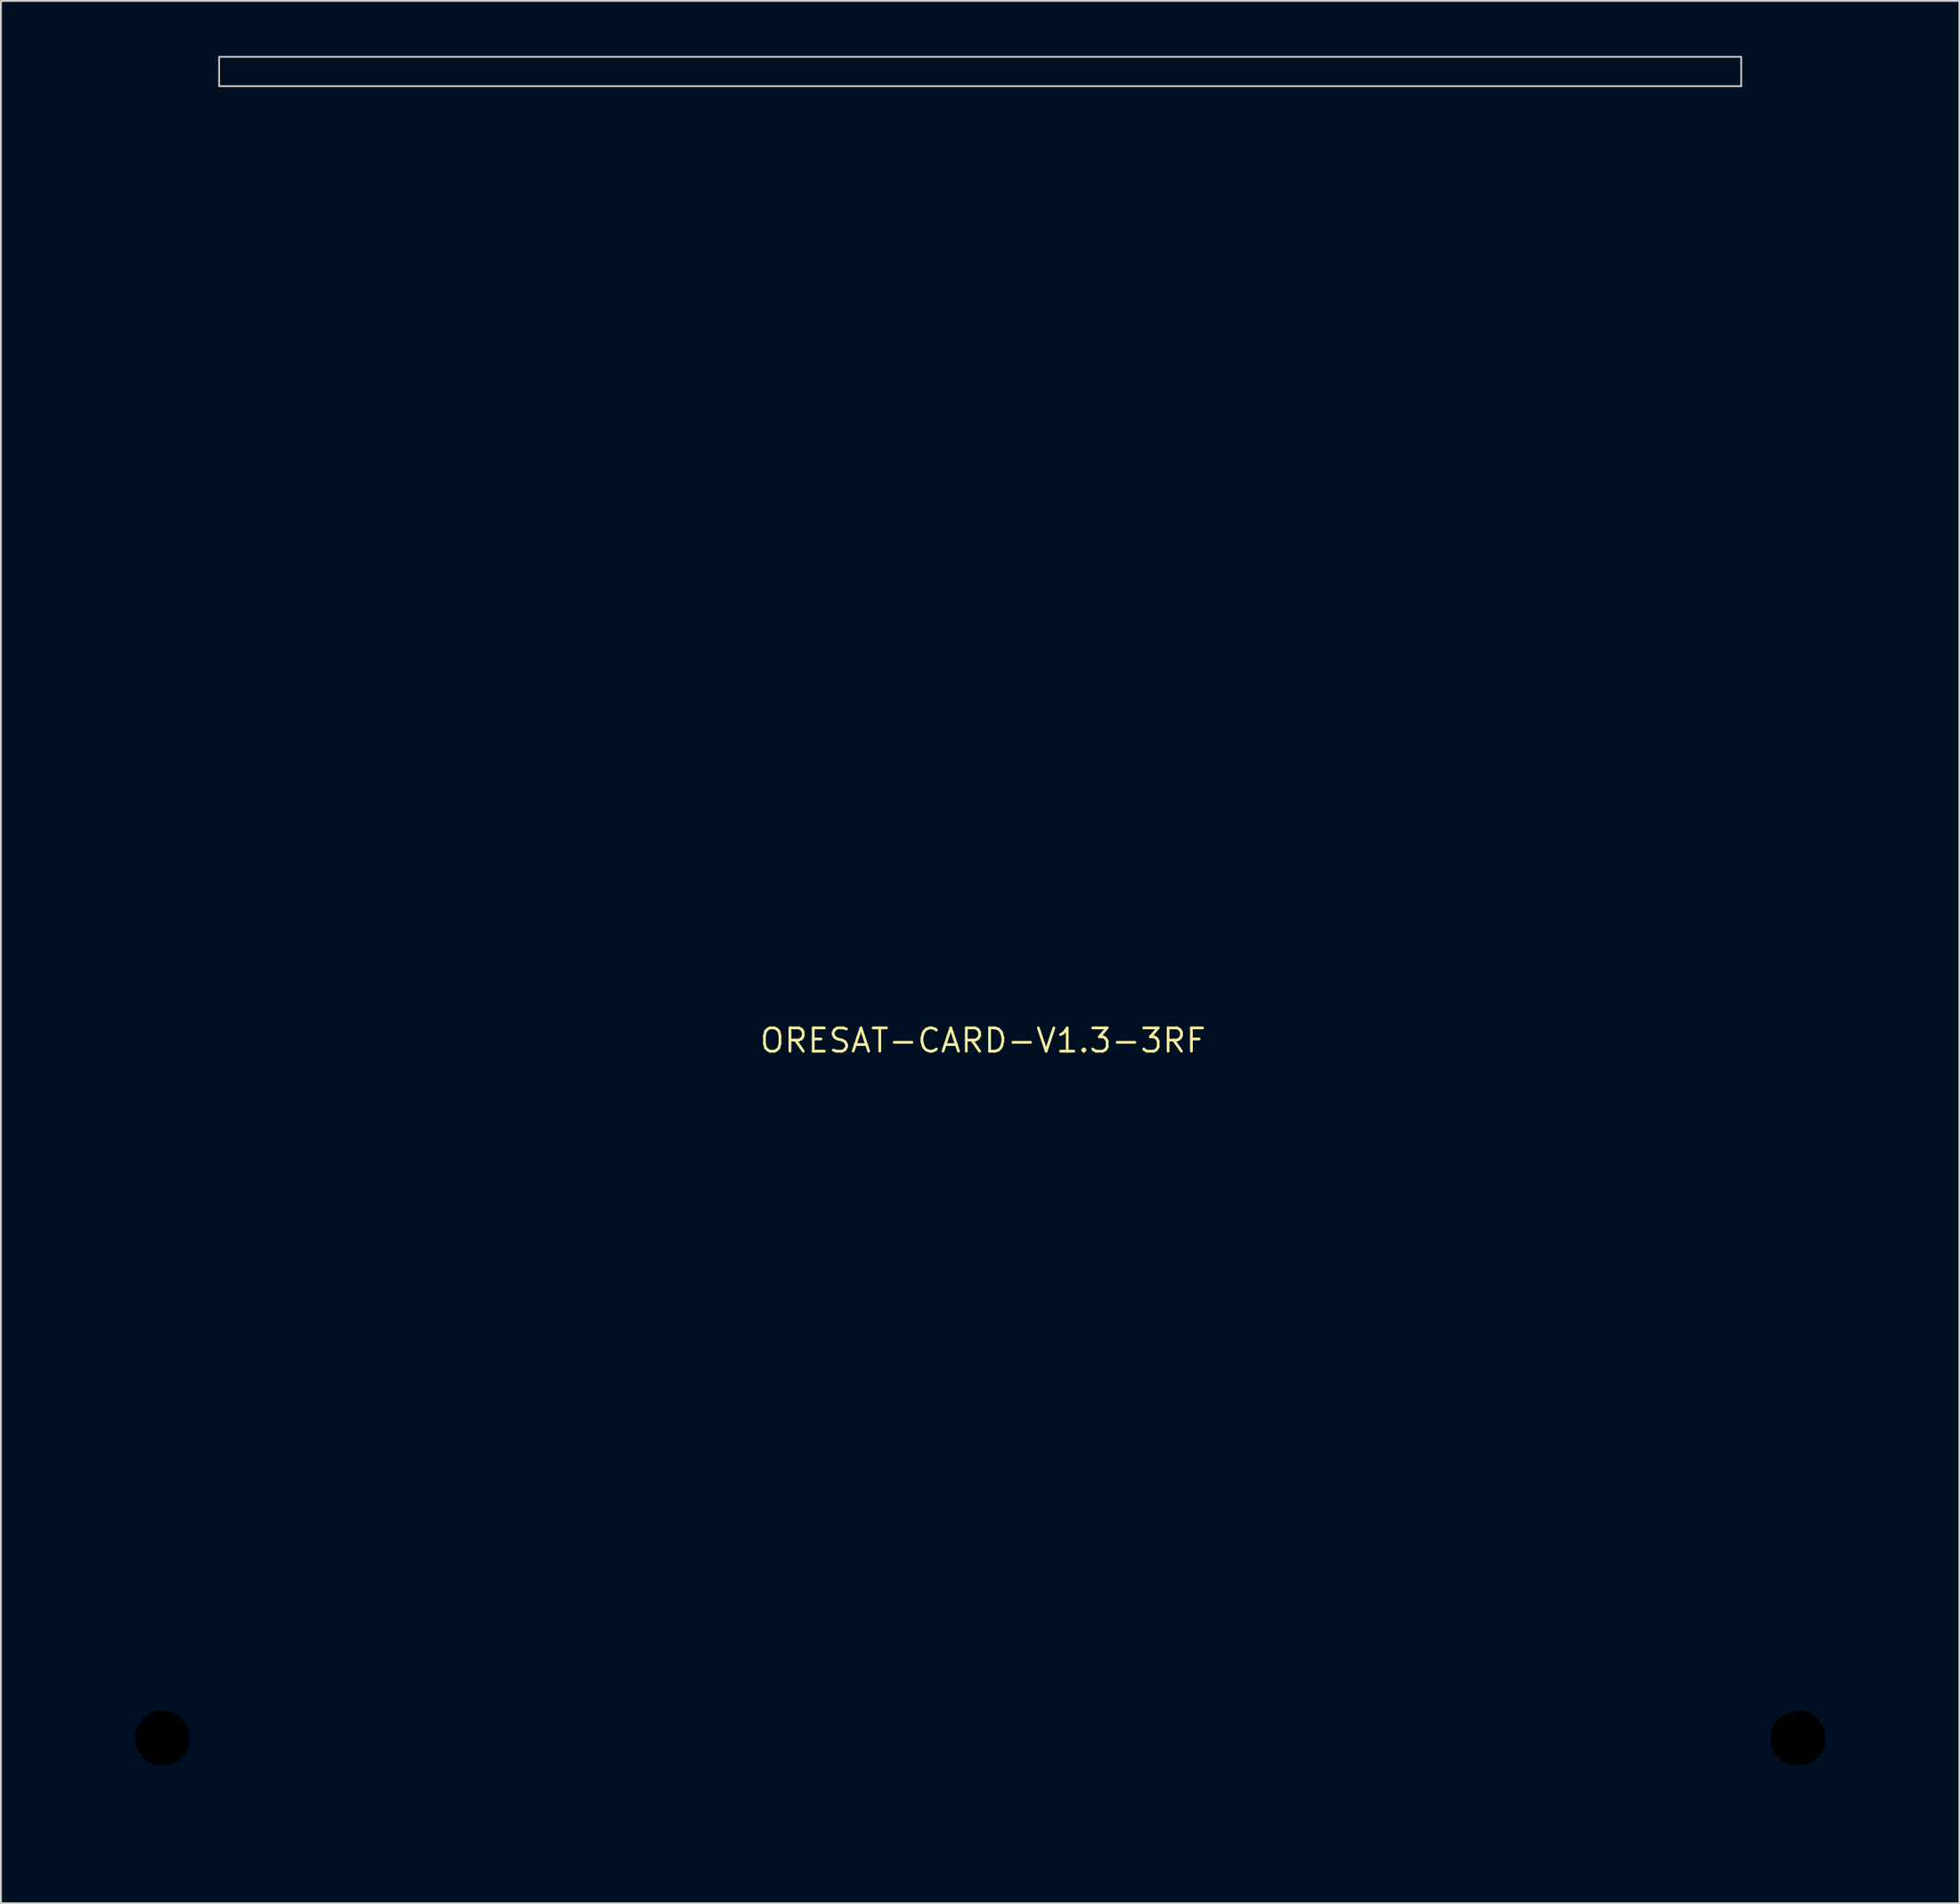
<source format=kicad_pcb>
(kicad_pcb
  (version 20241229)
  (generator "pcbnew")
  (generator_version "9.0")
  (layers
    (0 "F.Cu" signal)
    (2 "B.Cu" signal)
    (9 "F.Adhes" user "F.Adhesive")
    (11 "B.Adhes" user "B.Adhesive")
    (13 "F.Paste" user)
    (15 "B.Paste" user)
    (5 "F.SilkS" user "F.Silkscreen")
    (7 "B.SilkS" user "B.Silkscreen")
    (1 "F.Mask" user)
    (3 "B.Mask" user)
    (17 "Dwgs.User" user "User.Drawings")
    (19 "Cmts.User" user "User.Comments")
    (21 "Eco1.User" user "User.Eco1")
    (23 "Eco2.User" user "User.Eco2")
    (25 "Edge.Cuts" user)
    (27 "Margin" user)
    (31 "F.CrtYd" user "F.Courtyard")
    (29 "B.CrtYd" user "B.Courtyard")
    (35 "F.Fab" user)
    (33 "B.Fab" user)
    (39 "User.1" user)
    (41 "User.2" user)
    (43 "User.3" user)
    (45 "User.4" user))
  (footprint "ORESAT-CARD-V1.3-3RF"
    (layer "F.Cu")
    (at 50.401 47.45)
    (property "Reference" "ORESAT-CARD-V1.3-3RF" (at 0.15 6.25 0) (layer "F.SilkS") (effects (font (size 1.27 1.27) (thickness 0.15))))
    (fp_poly (pts (xy -47.15 41.25) (xy -49.403 41.25) (xy -49.542 41.232) (xy -49.675 41.177) (xy -49.789 41.089) (xy -49.879 40.973) (xy -49.95 40.707) (xy -49.95 -39.021) (xy -47.15 -41.821)) (stroke (width 0) (type solid)) (fill yes) (layer "F.Mask"))
    (fp_poly (pts (xy 49.95 -39.022) (xy 49.95 40.703) (xy 49.932 40.842) (xy 49.877 40.975) (xy 49.789 41.089) (xy 49.675 41.177) (xy 49.542 41.232) (xy 49.403 41.25) (xy 47.15 41.25) (xy 47.15 -41.614)) (stroke (width 0) (type solid)) (fill yes) (layer "F.Mask"))
    (fp_poly (pts (xy 34.45 49.303) (xy 34.432 49.442) (xy 34.377 49.575) (xy 34.289 49.689) (xy 34.175 49.777) (xy 34.042 49.832) (xy 33.903 49.85) (xy -33.903 49.85) (xy -34.042 49.832) (xy -34.175 49.777) (xy -34.289 49.689) (xy -34.379 49.573) (xy -34.45 49.307) (xy -34.45 47.15) (xy 34.45 47.15)) (stroke (width 0) (type solid)) (fill yes) (layer "F.Mask"))
    (fp_poly (pts (xy -47.15 41.25) (xy -49.403 41.25) (xy -49.542 41.232) (xy -49.675 41.177) (xy -49.789 41.089) (xy -49.879 40.973) (xy -49.95 40.707) (xy -49.95 -39.021) (xy -47.15 -41.821)) (stroke (width 0) (type solid)) (fill yes) (layer "B.Mask"))
    (fp_poly (pts (xy 49.95 -39.022) (xy 49.95 40.703) (xy 49.932 40.842) (xy 49.877 40.975) (xy 49.789 41.089) (xy 49.675 41.177) (xy 49.542 41.232) (xy 49.403 41.25) (xy 47.15 41.25) (xy 47.15 -41.614)) (stroke (width 0) (type solid)) (fill yes) (layer "B.Mask"))
    (fp_poly (pts (xy 34.45 49.303) (xy 34.432 49.442) (xy 34.377 49.575) (xy 34.289 49.689) (xy 34.175 49.777) (xy 34.042 49.832) (xy 33.903 49.85) (xy -33.903 49.85) (xy -34.042 49.832) (xy -34.175 49.777) (xy -34.289 49.689) (xy -34.379 49.573) (xy -34.45 49.307) (xy -34.45 47.15) (xy 34.45 47.15)) (stroke (width 0) (type solid)) (fill yes) (layer "B.Mask"))
    (fp_line (start -49.9 -39) (end -49.9 40.7) (stroke (width 0.001) (type solid)) (layer "Dwgs.User"))
    (fp_line (start -49.4 41.2) (end -47.65 41.2) (stroke (width 0.001) (type solid)) (layer "Dwgs.User"))
    (fp_line (start -47.4 -41.5) (end -47.4 41.2) (stroke (width 0.001) (type solid)) (layer "Dwgs.User"))
    (fp_line (start -47.15 41.7) (end -47.15 46.4) (stroke (width 0.001) (type solid)) (layer "Dwgs.User"))
    (fp_line (start -46.65 46.9) (end -45.3 46.9) (stroke (width 0.001) (type solid)) (layer "Dwgs.User"))
    (fp_line (start -45.3 -43.6) (end -49.9 -39) (stroke (width 0.001) (type solid)) (layer "Dwgs.User"))
    (fp_line (start -45.3 46.9) (end -45.3 -43.6) (stroke (width 0.001) (type solid)) (layer "Dwgs.User"))
    (fp_line (start -45.3 46.9) (end -34.9 46.9) (stroke (width 0.001) (type solid)) (layer "Dwgs.User"))
    (fp_line (start -44.1 -44.8) (end -45.3 -43.6) (stroke (width 0.001) (type solid)) (layer "Dwgs.User"))
    (fp_line (start -41.5 -45.8) (end -41.5 -47.4) (stroke (width 0.001) (type solid)) (layer "Dwgs.User"))
    (fp_line (start -41.5 46.9) (end -41.5 -44.8) (stroke (width 0.001) (type solid)) (layer "Dwgs.User"))
    (fp_line (start -41.232 -44.8) (end -44.1 -44.8) (stroke (width 0.001) (type solid)) (layer "Dwgs.User"))
    (fp_line (start -40.027 -38.1) (end 6.521 -38.1) (stroke (width 0.001) (type solid)) (layer "Dwgs.User"))
    (fp_line (start -34.4 47.4) (end -34.4 49.3) (stroke (width 0.001) (type solid)) (layer "Dwgs.User"))
    (fp_line (start -34.4 47.4) (end 34.4 47.4) (stroke (width 0.001) (type solid)) (layer "Dwgs.User"))
    (fp_line (start -33.9 49.8) (end 33.9 49.8) (stroke (width 0.001) (type solid)) (layer "Dwgs.User"))
    (fp_line (start -29 -38.094) (end -27 -38.094) (stroke (width 0.001) (type solid)) (layer "Dwgs.User"))
    (fp_line (start -28 -40.1) (end -28 -36.1) (stroke (width 0.001) (type solid)) (layer "Dwgs.User"))
    (fp_line (start -28 -39.094) (end -28 -37.094) (stroke (width 0.001) (type solid)) (layer "Dwgs.User"))
    (fp_line (start -18.232 -44.8) (end -37.768 -44.8) (stroke (width 0.001) (type solid)) (layer "Dwgs.User"))
    (fp_line (start -1 -38.094) (end 1 -38.094) (stroke (width 0.001) (type solid)) (layer "Dwgs.User"))
    (fp_line (start -1 0) (end 1 0) (stroke (width 0.001) (type solid)) (layer "Dwgs.User"))
    (fp_line (start 0 -39.094) (end 0 -37.094) (stroke (width 0.001) (type solid)) (layer "Dwgs.User"))
    (fp_line (start 0 -1) (end 0 1) (stroke (width 0.001) (type solid)) (layer "Dwgs.User"))
    (fp_line (start 0 5.228) (end 0 -40.1) (stroke (width 0.001) (type solid)) (layer "Dwgs.User"))
    (fp_line (start 14.768 -44.8) (end -14.768 -44.8) (stroke (width 0.001) (type solid)) (layer "Dwgs.User"))
    (fp_line (start 16.5 -43.8) (end 17.732 -43.8) (stroke (width 0.001) (type solid)) (layer "Dwgs.User"))
    (fp_line (start 18.232 -43.3) (end 18.232 -41.3) (stroke (width 0.001) (type solid)) (layer "Dwgs.User"))
    (fp_line (start 20.41 -40.8) (end 18.732 -40.8) (stroke (width 0.001) (type solid)) (layer "Dwgs.User"))
    (fp_line (start 20.41 -37.1) (end 20.41 -40.8) (stroke (width 0.001) (type solid)) (layer "Dwgs.User"))
    (fp_line (start 20.91 -36.6) (end 23.09 -36.6) (stroke (width 0.001) (type solid)) (layer "Dwgs.User"))
    (fp_line (start 23.59 -37.1) (end 23.59 -40.8) (stroke (width 0.001) (type solid)) (layer "Dwgs.User"))
    (fp_line (start 26.41 -40.8) (end 23.59 -40.8) (stroke (width 0.001) (type solid)) (layer "Dwgs.User"))
    (fp_line (start 26.41 -37.1) (end 26.41 -40.8) (stroke (width 0.001) (type solid)) (layer "Dwgs.User"))
    (fp_line (start 26.91 -36.6) (end 29.09 -36.6) (stroke (width 0.001) (type solid)) (layer "Dwgs.User"))
    (fp_line (start 29.59 -37.1) (end 29.59 -40.8) (stroke (width 0.001) (type solid)) (layer "Dwgs.User"))
    (fp_line (start 32.41 -40.8) (end 29.59 -40.8) (stroke (width 0.001) (type solid)) (layer "Dwgs.User"))
    (fp_line (start 32.41 -37.1) (end 32.41 -40.8) (stroke (width 0.001) (type solid)) (layer "Dwgs.User"))
    (fp_line (start 32.91 -36.6) (end 35.09 -36.6) (stroke (width 0.001) (type solid)) (layer "Dwgs.User"))
    (fp_line (start 34.4 49.3) (end 34.4 47.4) (stroke (width 0.001) (type solid)) (layer "Dwgs.User"))
    (fp_line (start 34.9 46.9) (end 45.3 46.9) (stroke (width 0.001) (type solid)) (layer "Dwgs.User"))
    (fp_line (start 35.59 -37.1) (end 35.59 -40.8) (stroke (width 0.001) (type solid)) (layer "Dwgs.User"))
    (fp_line (start 37.268 -40.8) (end 35.59 -40.8) (stroke (width 0.001) (type solid)) (layer "Dwgs.User"))
    (fp_line (start 37.768 -43.3) (end 37.768 -41.3) (stroke (width 0.001) (type solid)) (layer "Dwgs.User"))
    (fp_line (start 39.5 -43.8) (end 38.268 -43.8) (stroke (width 0.001) (type solid)) (layer "Dwgs.User"))
    (fp_line (start 41.5 -47.4) (end -41.5 -47.4) (stroke (width 0.001) (type solid)) (layer "Dwgs.User"))
    (fp_line (start 41.5 -47.4) (end 41.5 -45.8) (stroke (width 0.001) (type solid)) (layer "Dwgs.User"))
    (fp_line (start 41.5 -45.8) (end -41.5 -45.8) (stroke (width 0.001) (type solid)) (layer "Dwgs.User"))
    (fp_line (start 41.5 46.9) (end 41.5 -44.8) (stroke (width 0.001) (type solid)) (layer "Dwgs.User"))
    (fp_line (start 44.1 -44.8) (end 41.232 -44.8) (stroke (width 0.001) (type solid)) (layer "Dwgs.User"))
    (fp_line (start 45.3 -43.6) (end 44.1 -44.8) (stroke (width 0.001) (type solid)) (layer "Dwgs.User"))
    (fp_line (start 45.3 46.9) (end 45.3 -43.6) (stroke (width 0.001) (type solid)) (layer "Dwgs.User"))
    (fp_line (start 45.3 46.9) (end 46.65 46.9) (stroke (width 0.001) (type solid)) (layer "Dwgs.User"))
    (fp_line (start 47.15 46.4) (end 47.15 41.7) (stroke (width 0.001) (type solid)) (layer "Dwgs.User"))
    (fp_line (start 47.4 41.25) (end 47.4 -41.5) (stroke (width 0.001) (type solid)) (layer "Dwgs.User"))
    (fp_line (start 47.65 41.2) (end 49.4 41.2) (stroke (width 0.001) (type solid)) (layer "Dwgs.User"))
    (fp_line (start 49.9 -39) (end 45.3 -43.6) (stroke (width 0.001) (type solid)) (layer "Dwgs.User"))
    (fp_line (start 49.9 40.7) (end 49.9 -39) (stroke (width 0.001) (type solid)) (layer "Dwgs.User"))
    (fp_arc (start -49.4 41.2) (mid -49.753553 41.053553) (end -49.9 40.7) (stroke (width 0.001) (type solid)) (layer "Dwgs.User"))
    (fp_arc (start -47.65 41.2) (mid -47.296447 41.346447) (end -47.15 41.7) (stroke (width 0.001) (type solid)) (layer "Dwgs.User"))
    (fp_arc (start -46.65 46.9) (mid -47.003553 46.753553) (end -47.15 46.4) (stroke (width 0.001) (type solid)) (layer "Dwgs.User"))
    (fp_arc (start -37.76795 -44.8) (mid -39.499999 -43.800001) (end -41.232049 -44.799999) (stroke (width 0.001) (type solid)) (layer "Dwgs.User"))
    (fp_arc (start -34.9 46.9) (mid -34.546447 47.046447) (end -34.4 47.4) (stroke (width 0.001) (type solid)) (layer "Dwgs.User"))
    (fp_arc (start -33.9 49.8) (mid -34.253553 49.653553) (end -34.4 49.3) (stroke (width 0.001) (type solid)) (layer "Dwgs.User"))
    (fp_arc (start -14.76795 -44.8) (mid -16.499999 -43.800001) (end -18.232049 -44.799999) (stroke (width 0.001) (type solid)) (layer "Dwgs.User"))
    (fp_arc (start 16.5 -43.8) (mid 15.500001 -44.067949) (end 14.76795 -44.799999) (stroke (width 0.001) (type solid)) (layer "Dwgs.User"))
    (fp_arc (start 17.73205 -43.8) (mid 18.085571 -43.653536) (end 18.23205 -43.3) (stroke (width 0.001) (type solid)) (layer "Dwgs.User"))
    (fp_arc (start 18.73205 -40.8) (mid 18.378529 -40.946464) (end 18.23205 -41.3) (stroke (width 0.001) (type solid)) (layer "Dwgs.User"))
    (fp_arc (start 20.91 -36.6) (mid 20.556447 -36.746447) (end 20.41 -37.1) (stroke (width 0.001) (type solid)) (layer "Dwgs.User"))
    (fp_arc (start 23.59 -37.1) (mid 23.443553 -36.746447) (end 23.09 -36.6) (stroke (width 0.001) (type solid)) (layer "Dwgs.User"))
    (fp_arc (start 26.91 -36.6) (mid 26.556447 -36.746447) (end 26.41 -37.1) (stroke (width 0.001) (type solid)) (layer "Dwgs.User"))
    (fp_arc (start 29.59 -37.1) (mid 29.443553 -36.746447) (end 29.09 -36.6) (stroke (width 0.001) (type solid)) (layer "Dwgs.User"))
    (fp_arc (start 32.91 -36.6) (mid 32.556447 -36.746447) (end 32.41 -37.1) (stroke (width 0.001) (type solid)) (layer "Dwgs.User"))
    (fp_arc (start 34.4 47.4) (mid 34.546447 47.046447) (end 34.9 46.9) (stroke (width 0.001) (type solid)) (layer "Dwgs.User"))
    (fp_arc (start 34.4 49.3) (mid 34.253553 49.653553) (end 33.9 49.8) (stroke (width 0.001) (type solid)) (layer "Dwgs.User"))
    (fp_arc (start 35.59 -37.1) (mid 35.443553 -36.746447) (end 35.09 -36.6) (stroke (width 0.001) (type solid)) (layer "Dwgs.User"))
    (fp_arc (start 37.76795 -43.3) (mid 37.914394 -43.653571) (end 38.26795 -43.8) (stroke (width 0.001) (type solid)) (layer "Dwgs.User"))
    (fp_arc (start 37.76795 -41.3) (mid 37.621506 -40.946429) (end 37.26795 -40.8) (stroke (width 0.001) (type solid)) (layer "Dwgs.User"))
    (fp_arc (start 41.23205 -44.8) (mid 40.499999 -44.06795) (end 39.5 -43.799999) (stroke (width 0.001) (type solid)) (layer "Dwgs.User"))
    (fp_arc (start 47.15 41.7) (mid 47.296447 41.346447) (end 47.65 41.2) (stroke (width 0.001) (type solid)) (layer "Dwgs.User"))
    (fp_arc (start 47.15 46.4) (mid 47.003553 46.753553) (end 46.65 46.9) (stroke (width 0.001) (type solid)) (layer "Dwgs.User"))
    (fp_arc (start 49.9 40.7) (mid 49.753553 41.053553) (end 49.4 41.2) (stroke (width 0.001) (type solid)) (layer "Dwgs.User"))
    (fp_circle (center -28 -38.094) (end -27.5 -38.094) (stroke (width 0.001) (type solid)) (fill no) (layer "Dwgs.User"))
    (fp_circle (center 0 -38.094) (end 0.5 -38.094) (stroke (width 0.001) (type solid)) (fill no) (layer "Dwgs.User"))
    (fp_circle (center 0 0) (end 0.5 0) (stroke (width 0.001) (type solid)) (fill no) (layer "Dwgs.User"))
    (fp_circle (center 0 0) (end 2.5 0) (stroke (width 0.001) (type solid)) (fill no) (layer "Dwgs.User"))
    (fp_circle (center 20.41 -36.6) (end 20.57 -36.6) (stroke (width 0.001) (type solid)) (fill no) (layer "Dwgs.User"))
    (fp_circle (center 23.59 -36.6) (end 23.75 -36.6) (stroke (width 0.001) (type solid)) (fill no) (layer "Dwgs.User"))
    (fp_circle (center 26.41 -36.6) (end 26.57 -36.6) (stroke (width 0.001) (type solid)) (fill no) (layer "Dwgs.User"))
    (fp_circle (center 29.59 -36.6) (end 29.75 -36.6) (stroke (width 0.001) (type solid)) (fill no) (layer "Dwgs.User"))
    (fp_circle (center 32.41 -36.6) (end 32.57 -36.6) (stroke (width 0.001) (type solid)) (fill no) (layer "Dwgs.User"))
    (fp_circle (center 35.59 -36.6) (end 35.75 -36.6) (stroke (width 0.001) (type solid)) (fill no) (layer "Dwgs.User"))
    (fp_poly (pts (xy -41.5 -45.8) (xy 41.5 -45.8) (xy 41.5 -47.4) (xy -41.5 -47.4)) (stroke (width 0.1) (type solid)) (fill no) (layer "Dwgs.User"))
    (fp_line (start -49.9 -39) (end -49.9 40.7) (stroke (width 0.001) (type solid)) (layer "Edge.Cuts"))
    (fp_line (start -49.4 41.2) (end -47.65 41.2) (stroke (width 0.001) (type solid)) (layer "Edge.Cuts"))
    (fp_line (start -47.15 41.7) (end -47.15 46.4) (stroke (width 0.001) (type solid)) (layer "Edge.Cuts"))
    (fp_line (start -46.65 46.9) (end -34.9 46.9) (stroke (width 0.001) (type solid)) (layer "Edge.Cuts"))
    (fp_line (start -44.1 -44.8) (end -49.9 -39) (stroke (width 0.001) (type solid)) (layer "Edge.Cuts"))
    (fp_line (start -41.232 -44.8) (end -44.1 -44.8) (stroke (width 0.001) (type solid)) (layer "Edge.Cuts"))
    (fp_line (start -34.4 47.4) (end -34.4 49.3) (stroke (width 0.001) (type solid)) (layer "Edge.Cuts"))
    (fp_line (start -33.9 49.8) (end 33.9 49.8) (stroke (width 0.001) (type solid)) (layer "Edge.Cuts"))
    (fp_line (start -18.232 -44.8) (end -37.768 -44.8) (stroke (width 0.001) (type solid)) (layer "Edge.Cuts"))
    (fp_line (start 14.768 -44.8) (end -14.768 -44.8) (stroke (width 0.001) (type solid)) (layer "Edge.Cuts"))
    (fp_line (start 16.5 -43.8) (end 17.732 -43.8) (stroke (width 0.001) (type solid)) (layer "Edge.Cuts"))
    (fp_line (start 18.232 -43.3) (end 18.232 -41.3) (stroke (width 0.001) (type solid)) (layer "Edge.Cuts"))
    (fp_line (start 18.732 -40.8) (end 20.41 -40.8) (stroke (width 0.001) (type solid)) (layer "Edge.Cuts"))
    (fp_line (start 20.41 -40.8) (end 20.41 -37.1) (stroke (width 0.001) (type solid)) (layer "Edge.Cuts"))
    (fp_line (start 20.91 -36.6) (end 23.09 -36.6) (stroke (width 0.001) (type solid)) (layer "Edge.Cuts"))
    (fp_line (start 23.59 -37.1) (end 23.59 -40.8) (stroke (width 0.001) (type solid)) (layer "Edge.Cuts"))
    (fp_line (start 26.41 -40.8) (end 23.59 -40.8) (stroke (width 0.001) (type solid)) (layer "Edge.Cuts"))
    (fp_line (start 26.41 -37.1) (end 26.41 -40.8) (stroke (width 0.001) (type solid)) (layer "Edge.Cuts"))
    (fp_line (start 26.91 -36.6) (end 29.09 -36.6) (stroke (width 0.001) (type solid)) (layer "Edge.Cuts"))
    (fp_line (start 29.59 -37.1) (end 29.59 -40.8) (stroke (width 0.001) (type solid)) (layer "Edge.Cuts"))
    (fp_line (start 32.41 -40.8) (end 29.59 -40.8) (stroke (width 0.001) (type solid)) (layer "Edge.Cuts"))
    (fp_line (start 32.41 -37.1) (end 32.41 -40.8) (stroke (width 0.001) (type solid)) (layer "Edge.Cuts"))
    (fp_line (start 32.91 -36.6) (end 35.09 -36.6) (stroke (width 0.001) (type solid)) (layer "Edge.Cuts"))
    (fp_line (start 34.4 49.3) (end 34.4 47.4) (stroke (width 0.001) (type solid)) (layer "Edge.Cuts"))
    (fp_line (start 34.9 46.9) (end 46.65 46.9) (stroke (width 0.001) (type solid)) (layer "Edge.Cuts"))
    (fp_line (start 35.59 -37.1) (end 35.59 -40.8) (stroke (width 0.001) (type solid)) (layer "Edge.Cuts"))
    (fp_line (start 37.268 -40.8) (end 35.59 -40.8) (stroke (width 0.001) (type solid)) (layer "Edge.Cuts"))
    (fp_line (start 37.768 -43.3) (end 37.768 -41.3) (stroke (width 0.001) (type solid)) (layer "Edge.Cuts"))
    (fp_line (start 39.5 -43.8) (end 38.268 -43.8) (stroke (width 0.001) (type solid)) (layer "Edge.Cuts"))
    (fp_line (start 44.1 -44.8) (end 41.232 -44.8) (stroke (width 0.001) (type solid)) (layer "Edge.Cuts"))
    (fp_line (start 47.15 46.4) (end 47.15 41.7) (stroke (width 0.001) (type solid)) (layer "Edge.Cuts"))
    (fp_line (start 47.65 41.2) (end 49.4 41.2) (stroke (width 0.001) (type solid)) (layer "Edge.Cuts"))
    (fp_line (start 49.9 -39) (end 44.1 -44.8) (stroke (width 0.001) (type solid)) (layer "Edge.Cuts"))
    (fp_line (start 49.9 40.7) (end 49.9 -39) (stroke (width 0.001) (type solid)) (layer "Edge.Cuts"))
    (fp_arc (start -49.4 41.2) (mid -49.753553 41.053553) (end -49.9 40.7) (stroke (width 0.001) (type solid)) (layer "Edge.Cuts"))
    (fp_arc (start -47.65 41.2) (mid -47.296447 41.346447) (end -47.15 41.7) (stroke (width 0.001) (type solid)) (layer "Edge.Cuts"))
    (fp_arc (start -46.65 46.9) (mid -47.003553 46.753553) (end -47.15 46.4) (stroke (width 0.001) (type solid)) (layer "Edge.Cuts"))
    (fp_arc (start -37.767951 -44.799999) (mid -39.500001 -43.800001) (end -41.23205 -44.8) (stroke (width 0.001) (type solid)) (layer "Edge.Cuts"))
    (fp_arc (start -34.9 46.9) (mid -34.546447 47.046447) (end -34.4 47.4) (stroke (width 0.001) (type solid)) (layer "Edge.Cuts"))
    (fp_arc (start -33.9 49.8) (mid -34.253553 49.653553) (end -34.4 49.3) (stroke (width 0.001) (type solid)) (layer "Edge.Cuts"))
    (fp_arc (start -14.767951 -44.799999) (mid -16.500001 -43.800001) (end -18.23205 -44.8) (stroke (width 0.001) (type solid)) (layer "Edge.Cuts"))
    (fp_arc (start 16.499999 -43.8) (mid 15.5 -44.067949) (end 14.76795 -44.8) (stroke (width 0.001) (type solid)) (layer "Edge.Cuts"))
    (fp_arc (start 17.73205 -43.8) (mid 18.085571 -43.653536) (end 18.23205 -43.3) (stroke (width 0.001) (type solid)) (layer "Edge.Cuts"))
    (fp_arc (start 18.73205 -40.8) (mid 18.378529 -40.946464) (end 18.23205 -41.3) (stroke (width 0.001) (type solid)) (layer "Edge.Cuts"))
    (fp_arc (start 20.91 -36.6) (mid 20.556447 -36.746447) (end 20.41 -37.1) (stroke (width 0.001) (type solid)) (layer "Edge.Cuts"))
    (fp_arc (start 23.59 -37.1) (mid 23.443553 -36.746447) (end 23.09 -36.6) (stroke (width 0.001) (type solid)) (layer "Edge.Cuts"))
    (fp_arc (start 26.91 -36.6) (mid 26.556447 -36.746447) (end 26.41 -37.1) (stroke (width 0.001) (type solid)) (layer "Edge.Cuts"))
    (fp_arc (start 29.59 -37.1) (mid 29.443553 -36.746447) (end 29.09 -36.6) (stroke (width 0.001) (type solid)) (layer "Edge.Cuts"))
    (fp_arc (start 32.91 -36.6) (mid 32.556447 -36.746447) (end 32.41 -37.1) (stroke (width 0.001) (type solid)) (layer "Edge.Cuts"))
    (fp_arc (start 34.4 47.4) (mid 34.546447 47.046447) (end 34.9 46.9) (stroke (width 0.001) (type solid)) (layer "Edge.Cuts"))
    (fp_arc (start 34.4 49.3) (mid 34.253553 49.653553) (end 33.9 49.8) (stroke (width 0.001) (type solid)) (layer "Edge.Cuts"))
    (fp_arc (start 35.59 -37.1) (mid 35.443553 -36.746447) (end 35.09 -36.6) (stroke (width 0.001) (type solid)) (layer "Edge.Cuts"))
    (fp_arc (start 37.76795 -43.3) (mid 37.914394 -43.653571) (end 38.26795 -43.8) (stroke (width 0.001) (type solid)) (layer "Edge.Cuts"))
    (fp_arc (start 37.76795 -41.3) (mid 37.621506 -40.946429) (end 37.26795 -40.8) (stroke (width 0.001) (type solid)) (layer "Edge.Cuts"))
    (fp_arc (start 41.232049 -44.8) (mid 40.499999 -44.06795) (end 39.5 -43.8) (stroke (width 0.001) (type solid)) (layer "Edge.Cuts"))
    (fp_arc (start 47.15 41.7) (mid 47.296447 41.346447) (end 47.65 41.2) (stroke (width 0.001) (type solid)) (layer "Edge.Cuts"))
    (fp_arc (start 47.15 46.4) (mid 47.003553 46.753553) (end 46.65 46.9) (stroke (width 0.001) (type solid)) (layer "Edge.Cuts"))
    (fp_arc (start 49.9 40.7) (mid 49.753553 41.053553) (end 49.4 41.2) (stroke (width 0.001) (type solid)) (layer "Edge.Cuts"))
    (fp_line (start -50.4 -43.6) (end -50.4 50.3) (stroke (width 0.001) (type solid)) (layer "B.CrtYd"))
    (fp_line (start -50.4 50.3) (end 50.4 50.3) (stroke (width 0.001) (type solid)) (layer "B.CrtYd"))
    (fp_line (start -46.9 -43.6) (end -50.4 -43.6) (stroke (width 0.001) (type solid)) (layer "B.CrtYd"))
    (fp_line (start -46.9 46.9) (end -46.9 -43.6) (stroke (width 0.001) (type solid)) (layer "B.CrtYd"))
    (fp_line (start -46.9 46.9) (end 46.9 46.9) (stroke (width 0.001) (type solid)) (layer "B.CrtYd"))
    (fp_line (start 46.9 -43.6) (end 50.4 -43.6) (stroke (width 0.001) (type solid)) (layer "B.CrtYd"))
    (fp_line (start 46.9 46.9) (end 46.9 -43.6) (stroke (width 0.001) (type solid)) (layer "B.CrtYd"))
    (fp_line (start 50.4 -43.6) (end 50.4 50.3) (stroke (width 0.001) (type solid)) (layer "B.CrtYd"))
    (fp_line (start -50.4 -43.6) (end -50.4 50.3) (stroke (width 0.001) (type solid)) (layer "F.CrtYd"))
    (fp_line (start -50.4 50.3) (end 50.4 50.3) (stroke (width 0.001) (type solid)) (layer "F.CrtYd"))
    (fp_line (start -46.9 -43.6) (end -50.4 -43.6) (stroke (width 0.001) (type solid)) (layer "F.CrtYd"))
    (fp_line (start -46.9 46.9) (end -46.9 -43.6) (stroke (width 0.001) (type solid)) (layer "F.CrtYd"))
    (fp_line (start -46.9 46.9) (end 46.9 46.9) (stroke (width 0.001) (type solid)) (layer "F.CrtYd"))
    (fp_line (start 46.9 -43.6) (end 50.4 -43.6) (stroke (width 0.001) (type solid)) (layer "F.CrtYd"))
    (fp_line (start 46.9 46.9) (end 46.9 -43.6) (stroke (width 0.001) (type solid)) (layer "F.CrtYd"))
    (fp_line (start 50.4 -43.6) (end 50.4 50.3) (stroke (width 0.001) (type solid)) (layer "F.CrtYd"))
    (pad "" np_thru_hole circle (at -44.6 44.3) (size 3 3) (drill 3) (layers "*.Mask"))
    (pad "" np_thru_hole circle (at 44.6 44.3) (size 3 3) (drill 3) (layers "*.Mask")))
  (gr_rect
    (start -3 -3)
    (end 103.801 100.751)
    (stroke (width 0.1) (type default))
    (fill no)
    (layer "Edge.Cuts")))
</source>
